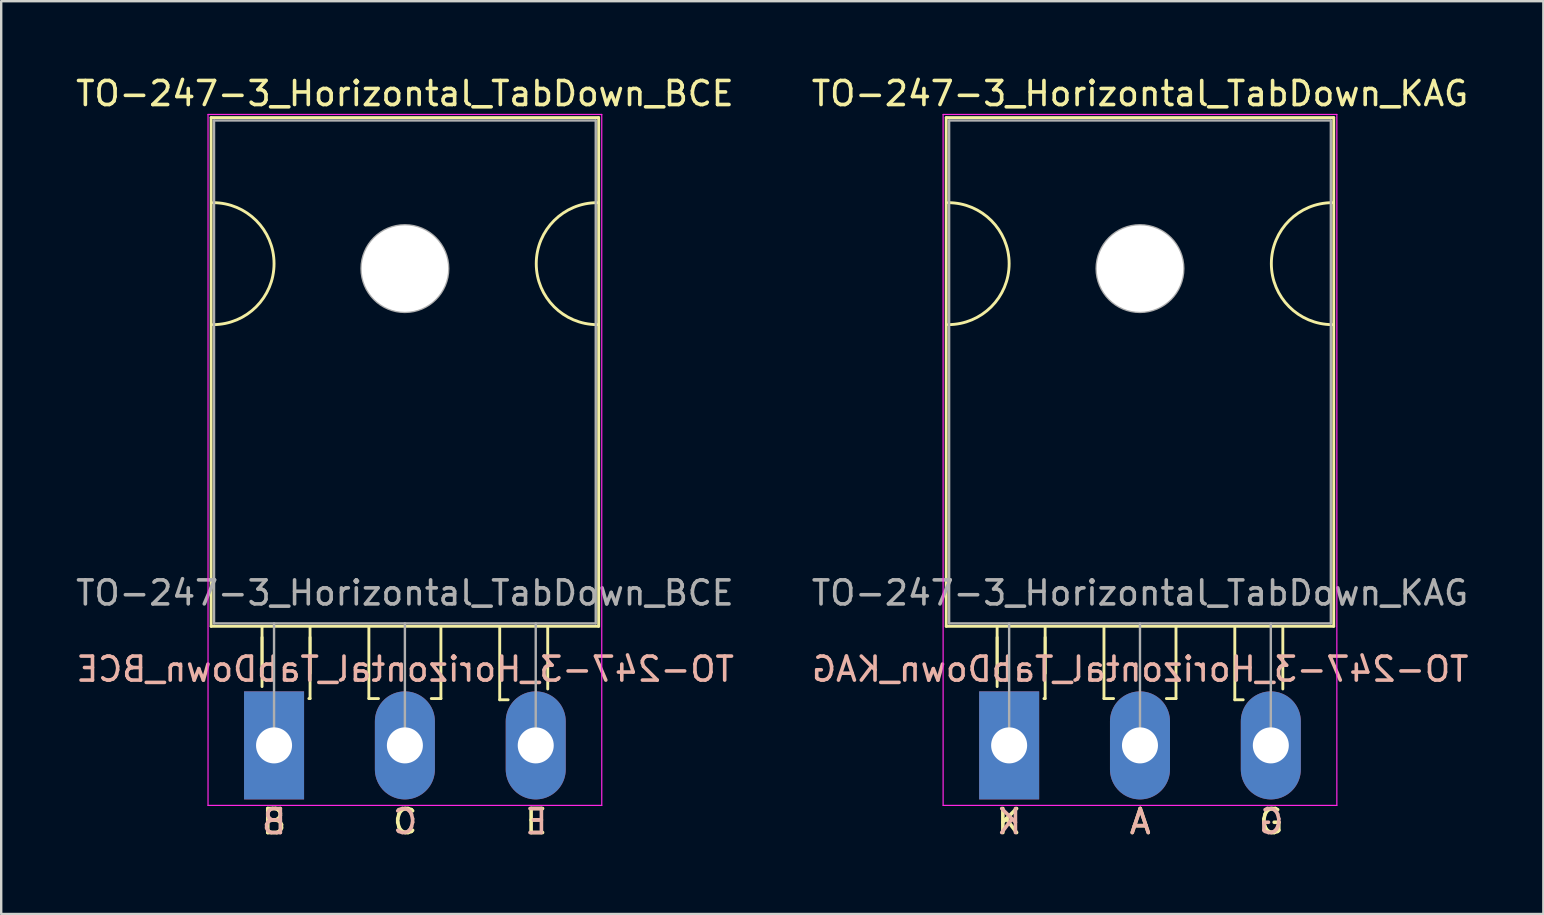
<source format=kicad_pcb>
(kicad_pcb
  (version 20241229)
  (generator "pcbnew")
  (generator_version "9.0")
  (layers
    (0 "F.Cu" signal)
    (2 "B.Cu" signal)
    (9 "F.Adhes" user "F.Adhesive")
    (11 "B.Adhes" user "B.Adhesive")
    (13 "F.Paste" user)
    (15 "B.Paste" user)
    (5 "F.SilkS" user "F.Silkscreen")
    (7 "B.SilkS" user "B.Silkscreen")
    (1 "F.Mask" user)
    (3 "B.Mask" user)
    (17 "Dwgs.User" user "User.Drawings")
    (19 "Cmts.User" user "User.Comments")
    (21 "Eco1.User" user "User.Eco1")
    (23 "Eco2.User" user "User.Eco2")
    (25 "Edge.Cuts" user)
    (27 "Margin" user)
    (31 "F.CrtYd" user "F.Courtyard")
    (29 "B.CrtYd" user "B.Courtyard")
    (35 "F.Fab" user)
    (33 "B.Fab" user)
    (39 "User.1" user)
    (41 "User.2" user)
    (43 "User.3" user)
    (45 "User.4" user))
  (footprint "TO-247-3_Horizontal_TabDown_BCE"
    (layer "F.Cu")
    (at 8.365 27.998)
    (property "Reference" "TO-247-3_Horizontal_TabDown_BCE" (at 5.45 -27.15 0) (layer "F.SilkS") (effects (font (size 1 1) (thickness 0.15))))
    (fp_line (start -2.62 -26.15) (end -2.62 -4.96) (stroke (width 0.12) (type solid)) (layer "F.SilkS"))
    (fp_line (start -2.62 -26.15) (end 13.52 -26.15) (stroke (width 0.12) (type solid)) (layer "F.SilkS"))
    (fp_line (start -2.62 -4.96) (end 13.52 -4.96) (stroke (width 0.12) (type solid)) (layer "F.SilkS"))
    (fp_line (start -0.5 -4.95) (end -0.5 -2.45) (stroke (width 0.12) (type solid)) (layer "F.SilkS"))
    (fp_line (start -0.5 -4.5) (end -0.5 -3) (stroke (width 0.12) (type solid)) (layer "F.SilkS"))
    (fp_line (start 1.5 -4.95) (end 1.5 -1.95) (stroke (width 0.12) (type solid)) (layer "F.SilkS"))
    (fp_line (start 1.5 -4.5) (end 1.5 -3) (stroke (width 0.12) (type solid)) (layer "F.SilkS"))
    (fp_line (start 1.5 -1.95) (end 1.45 -1.95) (stroke (width 0.12) (type solid)) (layer "F.SilkS"))
    (fp_line (start 3.95 -4.9) (end 3.95 -1.95) (stroke (width 0.12) (type solid)) (layer "F.SilkS"))
    (fp_line (start 3.95 -1.95) (end 4.35 -1.95) (stroke (width 0.12) (type solid)) (layer "F.SilkS"))
    (fp_line (start 6.95 -4.95) (end 6.95 -1.95) (stroke (width 0.12) (type solid)) (layer "F.SilkS"))
    (fp_line (start 6.95 -1.95) (end 6.55 -1.95) (stroke (width 0.12) (type solid)) (layer "F.SilkS"))
    (fp_line (start 9.4 -4.9) (end 9.4 -1.9) (stroke (width 0.12) (type solid)) (layer "F.SilkS"))
    (fp_line (start 9.4 -1.9) (end 9.75 -1.9) (stroke (width 0.12) (type solid)) (layer "F.SilkS"))
    (fp_line (start 11.4 -4.9) (end 11.4 -2.35) (stroke (width 0.12) (type solid)) (layer "F.SilkS"))
    (fp_line (start 13.52 -26.15) (end 13.52 -4.96) (stroke (width 0.12) (type solid)) (layer "F.SilkS"))
    (fp_arc (start -2.54 -22.606) (mid 0 -20.066) (end -2.54 -17.526) (stroke (width 0.12) (type solid)) (layer "F.SilkS"))
    (fp_arc (start 13.462 -17.526) (mid 10.922 -20.066) (end 13.462 -22.606) (stroke (width 0.12) (type solid)) (layer "F.SilkS"))
    (fp_line (start -2.75 -26.28) (end -2.75 2.5) (stroke (width 0.05) (type solid)) (layer "F.CrtYd"))
    (fp_line (start -2.75 2.5) (end 13.65 2.5) (stroke (width 0.05) (type solid)) (layer "F.CrtYd"))
    (fp_line (start 13.65 -26.28) (end -2.75 -26.28) (stroke (width 0.05) (type solid)) (layer "F.CrtYd"))
    (fp_line (start 13.65 2.5) (end 13.65 -26.28) (stroke (width 0.05) (type solid)) (layer "F.CrtYd"))
    (fp_line (start -2.5 -26.03) (end 13.4 -26.03) (stroke (width 0.1) (type solid)) (layer "F.Fab"))
    (fp_line (start -2.5 -5.08) (end -2.5 -26.03) (stroke (width 0.1) (type solid)) (layer "F.Fab"))
    (fp_line (start 0 -5.08) (end 0 0) (stroke (width 0.1) (type solid)) (layer "F.Fab"))
    (fp_line (start 5.45 -5.08) (end 5.45 0) (stroke (width 0.1) (type solid)) (layer "F.Fab"))
    (fp_line (start 10.9 -5.08) (end 10.9 0) (stroke (width 0.1) (type solid)) (layer "F.Fab"))
    (fp_line (start 13.4 -26.03) (end 13.4 -5.08) (stroke (width 0.1) (type solid)) (layer "F.Fab"))
    (fp_line (start 13.4 -5.08) (end -2.5 -5.08) (stroke (width 0.1) (type solid)) (layer "F.Fab"))
    (fp_circle (center 5.45 -19.86) (end 7.255 -19.86) (stroke (width 0.1) (type solid)) (fill no) (layer "F.Fab"))
    (fp_text user "B" (at 0 3.175 0) (unlocked yes) (layer "F.SilkS") (effects (font (size 1 1) (thickness 0.15))))
    (fp_text user "E" (at 10.922 3.175 0) (unlocked yes) (layer "F.SilkS") (effects (font (size 1 1) (thickness 0.15))))
    (fp_text user "C" (at 5.461 3.175 0) (unlocked yes) (layer "F.SilkS") (effects (font (size 1 1) (thickness 0.15))))
    (fp_text user "E" (at 10.922 3.175 0) (unlocked yes) (layer "B.SilkS") (effects (font (size 1 1) (thickness 0.15)) (justify mirror)))
    (fp_text user "${REFERENCE}" (at 5.461 -3.175 0) (layer "B.SilkS") (effects (font (size 1 1) (thickness 0.15)) (justify mirror)))
    (fp_text user "C" (at 5.461 3.175 0) (unlocked yes) (layer "B.SilkS") (effects (font (size 1 1) (thickness 0.15)) (justify mirror)))
    (fp_text user "B" (at 0 3.175 0) (unlocked yes) (layer "B.SilkS") (effects (font (size 1 1) (thickness 0.15)) (justify mirror)))
    (fp_text user "${REFERENCE}" (at 5.45 -6.35 0) (layer "F.Fab") (effects (font (size 1 1) (thickness 0.15))))
    (pad "" np_thru_hole oval (at 5.45 -19.86) (size 3.6 3.6) (drill 3.6) (layers "*.Cu" "*.Mask"))
    (pad "1" thru_hole rect (at 0 0) (size 2.5 4.5) (drill 1.5) (layers "*.Cu" "*.Mask"))
    (pad "2" thru_hole oval (at 5.45 0) (size 2.5 4.5) (drill 1.5) (layers "*.Cu" "*.Mask"))
    (pad "3" thru_hole oval (at 10.9 0) (size 2.5 4.5) (drill 1.5) (layers "*.Cu" "*.Mask")))
  (footprint "TO-247-3_Horizontal_TabDown_KAG"
    (layer "F.Cu")
    (at 38.984 27.998)
    (property "Reference" "TO-247-3_Horizontal_TabDown_KAG" (at 5.45 -27.15 0) (layer "F.SilkS") (effects (font (size 1 1) (thickness 0.15))))
    (fp_line (start -2.62 -26.15) (end -2.62 -4.96) (stroke (width 0.12) (type solid)) (layer "F.SilkS"))
    (fp_line (start -2.62 -26.15) (end 13.52 -26.15) (stroke (width 0.12) (type solid)) (layer "F.SilkS"))
    (fp_line (start -2.62 -4.96) (end 13.52 -4.96) (stroke (width 0.12) (type solid)) (layer "F.SilkS"))
    (fp_line (start -0.5 -4.95) (end -0.5 -2.45) (stroke (width 0.12) (type solid)) (layer "F.SilkS"))
    (fp_line (start -0.5 -4.5) (end -0.5 -3) (stroke (width 0.12) (type solid)) (layer "F.SilkS"))
    (fp_line (start 1.5 -4.95) (end 1.5 -1.95) (stroke (width 0.12) (type solid)) (layer "F.SilkS"))
    (fp_line (start 1.5 -4.5) (end 1.5 -3) (stroke (width 0.12) (type solid)) (layer "F.SilkS"))
    (fp_line (start 1.5 -1.95) (end 1.45 -1.95) (stroke (width 0.12) (type solid)) (layer "F.SilkS"))
    (fp_line (start 3.95 -4.9) (end 3.95 -1.95) (stroke (width 0.12) (type solid)) (layer "F.SilkS"))
    (fp_line (start 3.95 -1.95) (end 4.35 -1.95) (stroke (width 0.12) (type solid)) (layer "F.SilkS"))
    (fp_line (start 6.95 -4.95) (end 6.95 -1.95) (stroke (width 0.12) (type solid)) (layer "F.SilkS"))
    (fp_line (start 6.95 -1.95) (end 6.55 -1.95) (stroke (width 0.12) (type solid)) (layer "F.SilkS"))
    (fp_line (start 9.4 -4.9) (end 9.4 -1.9) (stroke (width 0.12) (type solid)) (layer "F.SilkS"))
    (fp_line (start 9.4 -1.9) (end 9.75 -1.9) (stroke (width 0.12) (type solid)) (layer "F.SilkS"))
    (fp_line (start 11.4 -4.9) (end 11.4 -2.35) (stroke (width 0.12) (type solid)) (layer "F.SilkS"))
    (fp_line (start 13.52 -26.15) (end 13.52 -4.96) (stroke (width 0.12) (type solid)) (layer "F.SilkS"))
    (fp_arc (start -2.54 -22.606) (mid 0 -20.066) (end -2.54 -17.526) (stroke (width 0.12) (type solid)) (layer "F.SilkS"))
    (fp_arc (start 13.462 -17.526) (mid 10.922 -20.066) (end 13.462 -22.606) (stroke (width 0.12) (type solid)) (layer "F.SilkS"))
    (fp_line (start -2.75 -26.28) (end -2.75 2.5) (stroke (width 0.05) (type solid)) (layer "F.CrtYd"))
    (fp_line (start -2.75 2.5) (end 13.65 2.5) (stroke (width 0.05) (type solid)) (layer "F.CrtYd"))
    (fp_line (start 13.65 -26.28) (end -2.75 -26.28) (stroke (width 0.05) (type solid)) (layer "F.CrtYd"))
    (fp_line (start 13.65 2.5) (end 13.65 -26.28) (stroke (width 0.05) (type solid)) (layer "F.CrtYd"))
    (fp_line (start -2.5 -26.03) (end 13.4 -26.03) (stroke (width 0.1) (type solid)) (layer "F.Fab"))
    (fp_line (start -2.5 -5.08) (end -2.5 -26.03) (stroke (width 0.1) (type solid)) (layer "F.Fab"))
    (fp_line (start 0 -5.08) (end 0 0) (stroke (width 0.1) (type solid)) (layer "F.Fab"))
    (fp_line (start 5.45 -5.08) (end 5.45 0) (stroke (width 0.1) (type solid)) (layer "F.Fab"))
    (fp_line (start 10.9 -5.08) (end 10.9 0) (stroke (width 0.1) (type solid)) (layer "F.Fab"))
    (fp_line (start 13.4 -26.03) (end 13.4 -5.08) (stroke (width 0.1) (type solid)) (layer "F.Fab"))
    (fp_line (start 13.4 -5.08) (end -2.5 -5.08) (stroke (width 0.1) (type solid)) (layer "F.Fab"))
    (fp_circle (center 5.45 -19.86) (end 7.255 -19.86) (stroke (width 0.1) (type solid)) (fill no) (layer "F.Fab"))
    (fp_text user "A" (at 5.461 3.175 0) (unlocked yes) (layer "F.SilkS") (effects (font (size 1 1) (thickness 0.15))))
    (fp_text user "G" (at 10.922 3.175 0) (unlocked yes) (layer "F.SilkS") (effects (font (size 1 1) (thickness 0.15))))
    (fp_text user "K" (at 0 3.175 0) (unlocked yes) (layer "F.SilkS") (effects (font (size 1 1) (thickness 0.15))))
    (fp_text user "A" (at 5.461 3.175 0) (unlocked yes) (layer "B.SilkS") (effects (font (size 1 1) (thickness 0.15)) (justify mirror)))
    (fp_text user "G" (at 10.922 3.175 0) (unlocked yes) (layer "B.SilkS") (effects (font (size 1 1) (thickness 0.15)) (justify mirror)))
    (fp_text user "K" (at 0 3.175 0) (unlocked yes) (layer "B.SilkS") (effects (font (size 1 1) (thickness 0.15)) (justify mirror)))
    (fp_text user "${REFERENCE}" (at 5.461 -3.175 0) (layer "B.SilkS") (effects (font (size 1 1) (thickness 0.15)) (justify mirror)))
    (fp_text user "${REFERENCE}" (at 5.45 -6.35 0) (layer "F.Fab") (effects (font (size 1 1) (thickness 0.15))))
    (pad "" np_thru_hole oval (at 5.45 -19.86) (size 3.6 3.6) (drill 3.6) (layers "*.Cu" "*.Mask"))
    (pad "1" thru_hole rect (at 0 0) (size 2.5 4.5) (drill 1.5) (layers "*.Cu" "*.Mask"))
    (pad "2" thru_hole oval (at 5.45 0) (size 2.5 4.5) (drill 1.5) (layers "*.Cu" "*.Mask"))
    (pad "3" thru_hole oval (at 10.9 0) (size 2.5 4.5) (drill 1.5) (layers "*.Cu" "*.Mask")))
  (gr_rect
    (start -3 -3)
    (end 61.236 35.022)
    (stroke (width 0.1) (type default))
    (fill no)
    (layer "Edge.Cuts")))
</source>
